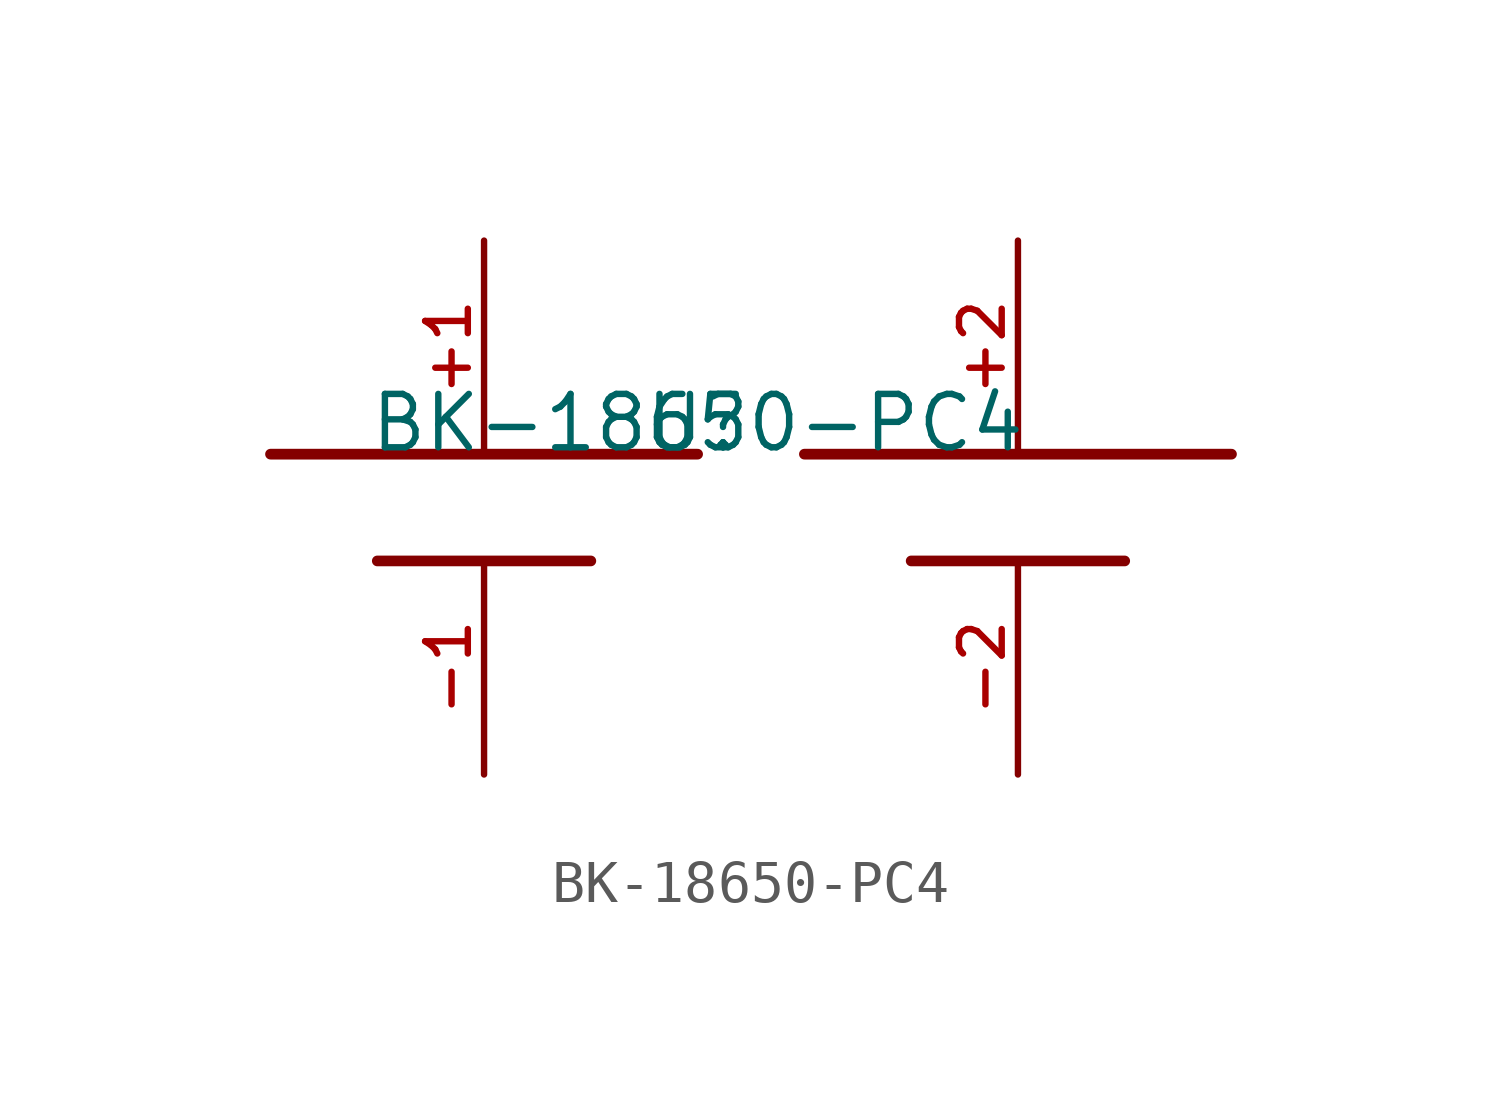
<source format=kicad_sym>
(kicad_symbol_lib
  (version 20211014)
  (generator kicad_symbol_editor)
  (symbol "BK-18650-PC4"
    (pin_names
      (offset 1.016))
    (property "Reference" "U"
      (at 0 0 0)
      (effects (font (size 1.27 1.27)) (justify bottom)))
    (property "Value" "BK-18650-PC4"
      (at 0 0.0 0)
      (effects (font (size 1.27 1.27)) (justify bottom)))
    (symbol "BK-18650-PC4_0_0"
      (polyline (pts (xy -10.16 0.0) (xy 0.0 0.0)) (stroke (width 0.254)))
      (polyline (pts (xy -7.62 -2.54) (xy -2.54 -2.54)) (stroke (width 0.254)))
      (polyline (pts (xy 2.54 0.0) (xy 12.7 0.0)) (stroke (width 0.254)))
      (polyline (pts (xy 5.08 -2.54) (xy 10.16 -2.54)) (stroke (width 0.254)))
      (pin bidirectional line (at 7.62 -7.62 90.0) (length 5.08) (name "~" (effects (font (size 1.016 1.016)))) (number "-2" (effects (font (size 1.016 1.016)))))
      (pin bidirectional line (at -5.08 5.08 270.0) (length 5.08) (name "~" (effects (font (size 1.016 1.016)))) (number "+1" (effects (font (size 1.016 1.016)))))
      (pin bidirectional line (at -5.08 -7.62 90.0) (length 5.08) (name "~" (effects (font (size 1.016 1.016)))) (number "-1" (effects (font (size 1.016 1.016)))))
      (pin bidirectional line (at 7.62 5.08 270.0) (length 5.08) (name "~" (effects (font (size 1.016 1.016)))) (number "+2" (effects (font (size 1.016 1.016))))))))
</source>
